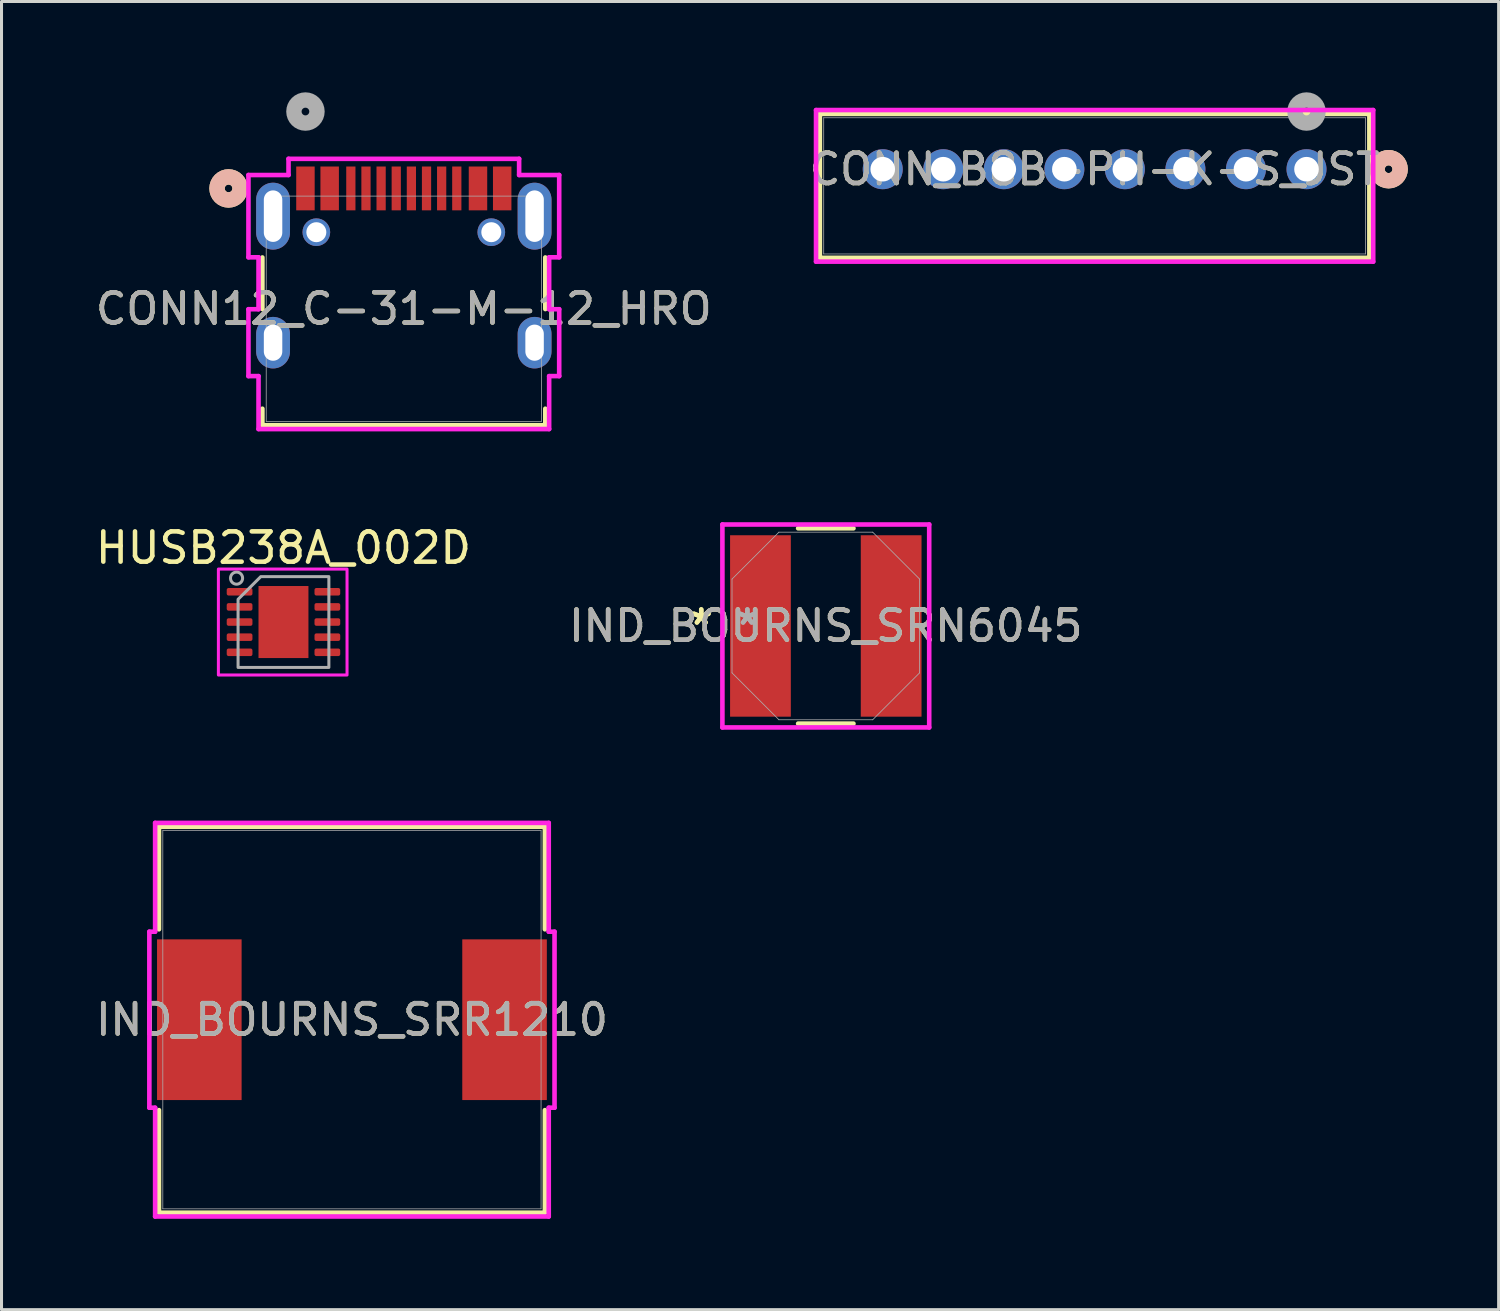
<source format=kicad_pcb>
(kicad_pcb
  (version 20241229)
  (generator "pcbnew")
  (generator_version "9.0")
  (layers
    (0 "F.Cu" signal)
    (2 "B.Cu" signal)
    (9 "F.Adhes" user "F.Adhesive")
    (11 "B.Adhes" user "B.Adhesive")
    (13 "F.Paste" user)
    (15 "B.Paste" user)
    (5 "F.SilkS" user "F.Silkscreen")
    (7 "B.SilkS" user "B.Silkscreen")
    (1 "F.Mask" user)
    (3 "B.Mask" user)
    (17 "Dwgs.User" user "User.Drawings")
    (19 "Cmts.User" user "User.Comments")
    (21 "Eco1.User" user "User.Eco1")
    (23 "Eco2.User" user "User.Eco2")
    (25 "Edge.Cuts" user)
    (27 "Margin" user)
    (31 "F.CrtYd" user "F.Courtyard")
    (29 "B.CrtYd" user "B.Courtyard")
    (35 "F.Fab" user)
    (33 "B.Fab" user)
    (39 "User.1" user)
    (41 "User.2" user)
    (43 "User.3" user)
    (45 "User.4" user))
  (footprint "CONN12_C-31-M-12_HRO"
    (layer "F.Cu")
    (at 7.041 3.175)
    (property "Reference" "CONN12_C-31-M-12_HRO" (at 3.25 3.975 0) (unlocked yes) (layer "F.SilkS") (effects (font (size 1 1) (thickness 0.15))))
    (attr smd)
    (fp_line (start -1.423 2.281) (end -1.423 3.985) (stroke (width 0.152) (type solid)) (layer "F.SilkS"))
    (fp_line (start -1.423 7.278) (end -1.423 7.823) (stroke (width 0.152) (type solid)) (layer "F.SilkS"))
    (fp_line (start -1.423 7.823) (end 7.924 7.823) (stroke (width 0.152) (type solid)) (layer "F.SilkS"))
    (fp_line (start 7.924 3.985) (end 7.924 2.281) (stroke (width 0.152) (type solid)) (layer "F.SilkS"))
    (fp_line (start 7.924 7.823) (end 7.924 7.278) (stroke (width 0.152) (type solid)) (layer "F.SilkS"))
    (fp_circle (center -2.54 0) (end -2.159 0) (stroke (width 0.508) (type solid)) (fill no) (layer "F.SilkS"))
    (fp_circle (center -2.54 0) (end -2.159 0) (stroke (width 0.508) (type solid)) (fill no) (layer "B.SilkS"))
    (fp_line (start -1.883 -0.443) (end -1.883 2.275) (stroke (width 0.152) (type solid)) (layer "F.CrtYd"))
    (fp_line (start -1.883 2.275) (end -1.55 2.275) (stroke (width 0.152) (type solid)) (layer "F.CrtYd"))
    (fp_line (start -1.883 3.991) (end -1.883 6.201) (stroke (width 0.152) (type solid)) (layer "F.CrtYd"))
    (fp_line (start -1.883 6.201) (end -1.55 6.201) (stroke (width 0.152) (type solid)) (layer "F.CrtYd"))
    (fp_line (start -1.55 2.275) (end -1.55 3.991) (stroke (width 0.152) (type solid)) (layer "F.CrtYd"))
    (fp_line (start -1.55 3.991) (end -1.883 3.991) (stroke (width 0.152) (type solid)) (layer "F.CrtYd"))
    (fp_line (start -1.55 6.201) (end -1.55 7.95) (stroke (width 0.152) (type solid)) (layer "F.CrtYd"))
    (fp_line (start -1.55 7.95) (end 8.051 7.95) (stroke (width 0.152) (type solid)) (layer "F.CrtYd"))
    (fp_line (start -0.559 -0.978) (end -0.559 -0.443) (stroke (width 0.152) (type solid)) (layer "F.CrtYd"))
    (fp_line (start -0.559 -0.443) (end -1.883 -0.443) (stroke (width 0.152) (type solid)) (layer "F.CrtYd"))
    (fp_line (start 7.059 -0.978) (end -0.559 -0.978) (stroke (width 0.152) (type solid)) (layer "F.CrtYd"))
    (fp_line (start 7.059 -0.443) (end 7.059 -0.978) (stroke (width 0.152) (type solid)) (layer "F.CrtYd"))
    (fp_line (start 8.051 2.275) (end 8.383 2.275) (stroke (width 0.152) (type solid)) (layer "F.CrtYd"))
    (fp_line (start 8.051 3.991) (end 8.051 2.275) (stroke (width 0.152) (type solid)) (layer "F.CrtYd"))
    (fp_line (start 8.051 6.201) (end 8.383 6.201) (stroke (width 0.152) (type solid)) (layer "F.CrtYd"))
    (fp_line (start 8.051 7.95) (end 8.051 6.201) (stroke (width 0.152) (type solid)) (layer "F.CrtYd"))
    (fp_line (start 8.383 3.991) (end 8.051 3.991) (stroke (width 0.152) (type solid)) (layer "F.CrtYd"))
    (fp_line (start 8.383 6.201) (end 8.383 3.991) (stroke (width 0.152) (type solid)) (layer "F.CrtYd"))
    (fp_line (start 8.383 -0.443) (end 7.059 -0.443) (stroke (width 0.152) (type solid)) (layer "F.CrtYd"))
    (fp_line (start 8.383 2.275) (end 8.383 -0.443) (stroke (width 0.152) (type solid)) (layer "F.CrtYd"))
    (fp_line (start -1.296 0.254) (end -1.296 7.696) (stroke (width 0.025) (type solid)) (layer "F.Fab"))
    (fp_line (start -1.296 7.696) (end 7.797 7.696) (stroke (width 0.025) (type solid)) (layer "F.Fab"))
    (fp_line (start 7.797 0.254) (end -1.296 0.254) (stroke (width 0.025) (type solid)) (layer "F.Fab"))
    (fp_line (start 7.797 7.696) (end 7.797 0.254) (stroke (width 0.025) (type solid)) (layer "F.Fab"))
    (fp_circle (center 0 -2.54) (end 0.381 -2.54) (stroke (width 0.508) (type solid)) (fill no) (layer "F.Fab"))
    (fp_text user "${REFERENCE}" (at 3.25 3.975 0) (unlocked yes) (layer "F.Fab") (effects (font (size 1 1) (thickness 0.15))))
    (pad "" np_thru_hole oval (at -1.07 0.916 90) (size 2.21 1.118) (drill oval 1.702 0.61) (layers "*.Cu" "*.Mask"))
    (pad "" np_thru_hole oval (at -1.07 5.096 90) (size 1.702 1.118) (drill oval 1.194 0.61) (layers "*.Cu" "*.Mask"))
    (pad "" np_thru_hole oval (at 7.57 5.096 90) (size 1.702 1.118) (drill oval 1.194 0.61) (layers "*.Cu" "*.Mask"))
    (pad "" np_thru_hole oval (at 7.57 0.916 90) (size 2.21 1.118) (drill oval 1.702 0.61) (layers "*.Cu" "*.Mask"))
    (pad "17" thru_hole circle (at 0.36 1.446 90) (size 0.914 0.914) (drill 0.66) (layers "*.Cu" "*.Mask"))
    (pad "18" thru_hole circle (at 6.14 1.446 90) (size 0.914 0.914) (drill 0.66) (layers "*.Cu" "*.Mask"))
    (pad "A1-B12" smd rect (at 0 0) (size 0.61 1.448) (layers "F.Cu" "F.Mask" "F.Paste"))
    (pad "A4-B9" smd rect (at 0.8 0) (size 0.61 1.448) (layers "F.Cu" "F.Mask" "F.Paste"))
    (pad "A5" smd rect (at 2 0) (size 0.305 1.448) (layers "F.Cu" "F.Mask" "F.Paste"))
    (pad "A6" smd rect (at 3 0) (size 0.305 1.448) (layers "F.Cu" "F.Mask" "F.Paste"))
    (pad "A7" smd rect (at 3.5 0) (size 0.305 1.448) (layers "F.Cu" "F.Mask" "F.Paste"))
    (pad "A8" smd rect (at 4.5 0) (size 0.305 1.448) (layers "F.Cu" "F.Mask" "F.Paste"))
    (pad "B1-A12" smd rect (at 6.5 0) (size 0.61 1.448) (layers "F.Cu" "F.Mask" "F.Paste"))
    (pad "B4-A9" smd rect (at 5.7 0) (size 0.61 1.448) (layers "F.Cu" "F.Mask" "F.Paste"))
    (pad "B5" smd rect (at 5 0) (size 0.305 1.448) (layers "F.Cu" "F.Mask" "F.Paste"))
    (pad "B6" smd rect (at 4 0) (size 0.305 1.448) (layers "F.Cu" "F.Mask" "F.Paste"))
    (pad "B7" smd rect (at 2.5 0) (size 0.305 1.448) (layers "F.Cu" "F.Mask" "F.Paste"))
    (pad "B8" smd rect (at 1.5 0) (size 0.305 1.448) (layers "F.Cu" "F.Mask" "F.Paste")))
  (footprint "IND_BOURNS_SRR1210"
    (layer "F.Cu")
    (at 8.577 30.638)
    (property "Reference" "IND_BOURNS_SRR1210" (at 0 0 0) (unlocked yes) (layer "F.SilkS") (effects (font (size 1 1) (thickness 0.15))))
    (attr smd)
    (fp_line (start -6.375 -6.375) (end -6.375 -2.987) (stroke (width 0.152) (type solid)) (layer "F.SilkS"))
    (fp_line (start -6.375 2.987) (end -6.375 6.375) (stroke (width 0.152) (type solid)) (layer "F.SilkS"))
    (fp_line (start -6.375 6.375) (end 6.375 6.375) (stroke (width 0.152) (type solid)) (layer "F.SilkS"))
    (fp_line (start 6.375 -6.375) (end -6.375 -6.375) (stroke (width 0.152) (type solid)) (layer "F.SilkS"))
    (fp_line (start 6.375 -2.987) (end 6.375 -6.375) (stroke (width 0.152) (type solid)) (layer "F.SilkS"))
    (fp_line (start 6.375 6.375) (end 6.375 2.987) (stroke (width 0.152) (type solid)) (layer "F.SilkS"))
    (fp_line (start -6.693 -2.908) (end -6.502 -2.908) (stroke (width 0.152) (type solid)) (layer "F.CrtYd"))
    (fp_line (start -6.693 2.908) (end -6.693 -2.908) (stroke (width 0.152) (type solid)) (layer "F.CrtYd"))
    (fp_line (start -6.502 -6.502) (end 6.502 -6.502) (stroke (width 0.152) (type solid)) (layer "F.CrtYd"))
    (fp_line (start -6.502 -2.908) (end -6.502 -6.502) (stroke (width 0.152) (type solid)) (layer "F.CrtYd"))
    (fp_line (start -6.502 2.908) (end -6.693 2.908) (stroke (width 0.152) (type solid)) (layer "F.CrtYd"))
    (fp_line (start -6.502 6.502) (end -6.502 2.908) (stroke (width 0.152) (type solid)) (layer "F.CrtYd"))
    (fp_line (start 6.502 -6.502) (end 6.502 -2.908) (stroke (width 0.152) (type solid)) (layer "F.CrtYd"))
    (fp_line (start 6.502 -2.908) (end 6.693 -2.908) (stroke (width 0.152) (type solid)) (layer "F.CrtYd"))
    (fp_line (start 6.502 2.908) (end 6.502 6.502) (stroke (width 0.152) (type solid)) (layer "F.CrtYd"))
    (fp_line (start 6.502 6.502) (end -6.502 6.502) (stroke (width 0.152) (type solid)) (layer "F.CrtYd"))
    (fp_line (start 6.693 -2.908) (end 6.693 2.908) (stroke (width 0.152) (type solid)) (layer "F.CrtYd"))
    (fp_line (start 6.693 2.908) (end 6.502 2.908) (stroke (width 0.152) (type solid)) (layer "F.CrtYd"))
    (fp_line (start -6.248 -6.248) (end -6.248 6.248) (stroke (width 0.025) (type solid)) (layer "F.Fab"))
    (fp_line (start -6.248 6.248) (end 6.248 6.248) (stroke (width 0.025) (type solid)) (layer "F.Fab"))
    (fp_line (start 6.248 -6.248) (end -6.248 -6.248) (stroke (width 0.025) (type solid)) (layer "F.Fab"))
    (fp_line (start 6.248 6.248) (end 6.248 -6.248) (stroke (width 0.025) (type solid)) (layer "F.Fab"))
    (fp_circle (center -6.172 0) (end -6.172 0) (stroke (width 0.025) (type solid)) (fill no) (layer "F.Fab"))
    (fp_text user "${REFERENCE}" (at 0 0 0) (unlocked yes) (layer "F.Fab") (effects (font (size 1 1) (thickness 0.15))))
    (pad "1" smd rect (at -5.042 0) (size 2.794 5.309) (layers "F.Cu" "F.Mask" "F.Paste"))
    (pad "2" smd rect (at 5.042 0) (size 2.794 5.309) (layers "F.Cu" "F.Mask" "F.Paste"))
    (zone (net_name "") (layer "F.Cu") (hatch full 0.508) (connect_pads) (min_thickness 0.254) (filled_areas_thickness no) (keepout (tracks not_allowed) (vias not_allowed) (pads allowed) (copperpour not_allowed) (footprints allowed)) (placement (enabled no)) (fill) (polygon (pts (xy 4.983 24.44) (xy 12.171 24.44) (xy 12.171 36.836) (xy 4.983 36.836)))))
  (footprint "CONN_B8B-PH-K-S_JST"
    (layer "F.Cu")
    (at 40.113 2.54)
    (property "Reference" "CONN_B8B-PH-K-S_JST" (at -7 0 0) (unlocked yes) (layer "F.SilkS") (effects (font (size 1 1) (thickness 0.15))))
    (attr through_hole)
    (fp_line (start -16.077 -1.827) (end -16.077 2.927) (stroke (width 0.152) (type solid)) (layer "F.SilkS"))
    (fp_line (start -16.077 2.927) (end 2.077 2.927) (stroke (width 0.152) (type solid)) (layer "F.SilkS"))
    (fp_line (start 2.077 -1.827) (end -16.077 -1.827) (stroke (width 0.152) (type solid)) (layer "F.SilkS"))
    (fp_line (start 2.077 2.927) (end 2.077 -1.827) (stroke (width 0.152) (type solid)) (layer "F.SilkS"))
    (fp_circle (center 2.712 0) (end 3.093 0) (stroke (width 0.508) (type solid)) (fill no) (layer "F.SilkS"))
    (fp_circle (center 2.712 0) (end 3.093 0) (stroke (width 0.508) (type solid)) (fill no) (layer "B.SilkS"))
    (fp_line (start -16.204 -1.954) (end -16.204 3.054) (stroke (width 0.152) (type solid)) (layer "F.CrtYd"))
    (fp_line (start -16.204 3.054) (end 2.204 3.054) (stroke (width 0.152) (type solid)) (layer "F.CrtYd"))
    (fp_line (start 2.204 -1.954) (end -16.204 -1.954) (stroke (width 0.152) (type solid)) (layer "F.CrtYd"))
    (fp_line (start 2.204 3.054) (end 2.204 -1.954) (stroke (width 0.152) (type solid)) (layer "F.CrtYd"))
    (fp_line (start -15.95 -1.7) (end -15.95 2.8) (stroke (width 0.025) (type solid)) (layer "F.Fab"))
    (fp_line (start -15.95 2.8) (end 1.95 2.8) (stroke (width 0.025) (type solid)) (layer "F.Fab"))
    (fp_line (start 1.95 -1.7) (end -15.95 -1.7) (stroke (width 0.025) (type solid)) (layer "F.Fab"))
    (fp_line (start 1.95 2.8) (end 1.95 -1.7) (stroke (width 0.025) (type solid)) (layer "F.Fab"))
    (fp_circle (center 0 -1.905) (end 0.381 -1.905) (stroke (width 0.508) (type solid)) (fill no) (layer "F.Fab"))
    (fp_text user "${REFERENCE}" (at -7 0 0) (unlocked yes) (layer "F.Fab") (effects (font (size 1 1) (thickness 0.15))))
    (pad "1" thru_hole circle (at 0 0) (size 1.321 1.321) (drill 0.813) (layers "*.Cu" "*.Mask"))
    (pad "2" thru_hole circle (at -2 0) (size 1.321 1.321) (drill 0.813) (layers "*.Cu" "*.Mask"))
    (pad "3" thru_hole circle (at -4 0) (size 1.321 1.321) (drill 0.813) (layers "*.Cu" "*.Mask"))
    (pad "4" thru_hole circle (at -6 0) (size 1.321 1.321) (drill 0.813) (layers "*.Cu" "*.Mask"))
    (pad "5" thru_hole circle (at -8 0) (size 1.321 1.321) (drill 0.813) (layers "*.Cu" "*.Mask"))
    (pad "6" thru_hole circle (at -10 0) (size 1.321 1.321) (drill 0.813) (layers "*.Cu" "*.Mask"))
    (pad "7" thru_hole circle (at -12 0) (size 1.321 1.321) (drill 0.813) (layers "*.Cu" "*.Mask"))
    (pad "8" thru_hole circle (at -14 0) (size 1.321 1.321) (drill 0.813) (layers "*.Cu" "*.Mask")))
  (footprint "HUSB238A_002D"
    (layer "F.Cu")
    (at 6.315 17.5)
    (property "Reference" "HUSB238A_002D" (at 0 -2.45 0) (layer "F.SilkS") (effects (font (size 1 1) (thickness 0.15))))
    (attr smd)
    (fp_rect (start -2.15 -1.75) (end 2.1 1.75) (stroke (width 0.1) (type solid)) (fill no) (layer "F.CrtYd"))
    (fp_circle (center -1.55 -1.45) (end -1.35 -1.45) (stroke (width 0.1) (type default)) (fill no) (layer "F.Fab"))
    (fp_poly (pts (xy -1.5 -0.75) (xy -1.5 1.5) (xy 1.5 1.5) (xy 1.5 -1.5) (xy -0.75 -1.5)) (stroke (width 0.1) (type solid)) (fill no) (layer "F.Fab"))
    (pad "" smd roundrect (at -0.41 -0.595) (size 0.67 0.96) (layers "F.Paste") (roundrect_rratio 0.25))
    (pad "" smd roundrect (at -0.41 0.595) (size 0.67 0.96) (layers "F.Paste") (roundrect_rratio 0.25))
    (pad "" smd roundrect (at 0.41 -0.595) (size 0.67 0.96) (layers "F.Paste") (roundrect_rratio 0.25))
    (pad "" smd roundrect (at 0.41 0.595) (size 0.67 0.96) (layers "F.Paste") (roundrect_rratio 0.25))
    (pad "1" smd roundrect (at -1.45 -1) (size 0.85 0.25) (layers "F.Cu" "F.Mask" "F.Paste") (roundrect_rratio 0.25))
    (pad "2" smd roundrect (at -1.45 -0.5) (size 0.85 0.25) (layers "F.Cu" "F.Mask" "F.Paste") (roundrect_rratio 0.25))
    (pad "3" smd roundrect (at -1.45 0) (size 0.85 0.25) (layers "F.Cu" "F.Mask" "F.Paste") (roundrect_rratio 0.25))
    (pad "4" smd roundrect (at -1.45 0.5) (size 0.85 0.25) (layers "F.Cu" "F.Mask" "F.Paste") (roundrect_rratio 0.25))
    (pad "5" smd roundrect (at -1.45 1) (size 0.85 0.25) (layers "F.Cu" "F.Mask" "F.Paste") (roundrect_rratio 0.25))
    (pad "6" smd roundrect (at 1.45 1) (size 0.85 0.25) (layers "F.Cu" "F.Mask" "F.Paste") (roundrect_rratio 0.25))
    (pad "7" smd roundrect (at 1.45 0.5) (size 0.85 0.25) (layers "F.Cu" "F.Mask" "F.Paste") (roundrect_rratio 0.25))
    (pad "8" smd roundrect (at 1.45 0) (size 0.85 0.25) (layers "F.Cu" "F.Mask" "F.Paste") (roundrect_rratio 0.25))
    (pad "9" smd roundrect (at 1.45 -0.5) (size 0.85 0.25) (layers "F.Cu" "F.Mask" "F.Paste") (roundrect_rratio 0.25))
    (pad "10" smd roundrect (at 1.45 -1) (size 0.85 0.25) (layers "F.Cu" "F.Mask" "F.Paste") (roundrect_rratio 0.25))
    (pad "11" smd rect (at 0 0) (size 1.65 2.38) (property pad_prop_heatsink) (layers "F.Cu" "F.Mask")))
  (footprint "IND_BOURNS_SRN6045"
    (layer "F.Cu")
    (at 24.232 17.63)
    (property "Reference" "IND_BOURNS_SRN6045" (at 0 0 0) (unlocked yes) (layer "F.SilkS") (effects (font (size 1 1) (thickness 0.15))))
    (attr smd)
    (fp_line (start -0.914 3.226) (end 0.914 3.226) (stroke (width 0.152) (type solid)) (layer "F.SilkS"))
    (fp_line (start 0.914 -3.226) (end -0.914 -3.226) (stroke (width 0.152) (type solid)) (layer "F.SilkS"))
    (fp_line (start -3.416 -3.353) (end 3.416 -3.353) (stroke (width 0.152) (type solid)) (layer "F.CrtYd"))
    (fp_line (start -3.416 3.353) (end -3.416 -3.353) (stroke (width 0.152) (type solid)) (layer "F.CrtYd"))
    (fp_line (start 3.416 -3.353) (end 3.416 3.353) (stroke (width 0.152) (type solid)) (layer "F.CrtYd"))
    (fp_line (start 3.416 3.353) (end -3.416 3.353) (stroke (width 0.152) (type solid)) (layer "F.CrtYd"))
    (fp_line (start -3.099 -1.549) (end -3.099 1.549) (stroke (width 0.025) (type solid)) (layer "F.Fab"))
    (fp_line (start -3.099 1.549) (end -1.549 3.099) (stroke (width 0.025) (type solid)) (layer "F.Fab"))
    (fp_line (start -1.549 -3.099) (end -3.099 -1.549) (stroke (width 0.025) (type solid)) (layer "F.Fab"))
    (fp_line (start -1.549 3.099) (end 1.549 3.099) (stroke (width 0.025) (type solid)) (layer "F.Fab"))
    (fp_line (start 1.549 -3.099) (end -1.549 -3.099) (stroke (width 0.025) (type solid)) (layer "F.Fab"))
    (fp_line (start 1.549 3.099) (end 3.099 1.549) (stroke (width 0.025) (type solid)) (layer "F.Fab"))
    (fp_line (start 3.099 -1.549) (end 1.549 -3.099) (stroke (width 0.025) (type solid)) (layer "F.Fab"))
    (fp_line (start 3.099 1.549) (end 3.099 -1.549) (stroke (width 0.025) (type solid)) (layer "F.Fab"))
    (fp_text user "*" (at -4.115 0 0) (unlocked yes) (layer "F.SilkS") (effects (font (size 1 1) (thickness 0.15))))
    (fp_text user "*" (at -4.115 0 0) (layer "F.SilkS") (effects (font (size 1 1) (thickness 0.15))))
    (fp_text user "*" (at -2.591 0 0) (layer "F.Fab") (effects (font (size 1 1) (thickness 0.15))))
    (fp_text user "${REFERENCE}" (at 0 0 0) (unlocked yes) (layer "F.Fab") (effects (font (size 1 1) (thickness 0.15))))
    (fp_text user "*" (at -2.591 0 0) (unlocked yes) (layer "F.Fab") (effects (font (size 1 1) (thickness 0.15))))
    (pad "1" smd rect (at -2.159 0) (size 2.007 5.994) (layers "F.Cu" "F.Mask" "F.Paste"))
    (pad "2" smd rect (at 2.159 0) (size 2.007 5.994) (layers "F.Cu" "F.Mask" "F.Paste")))
  (gr_rect
    (start -3 -3)
    (end 46.46 40.217)
    (stroke (width 0.1) (type default))
    (fill no)
    (layer "Edge.Cuts")))
</source>
